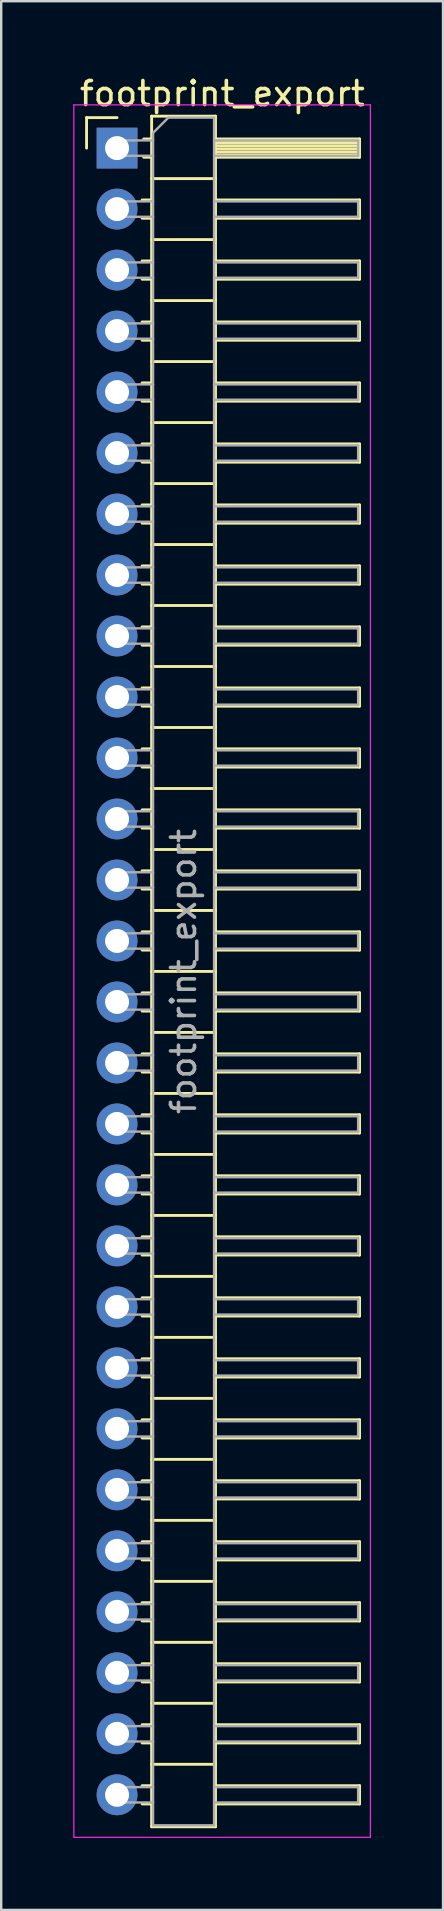
<source format=kicad_pcb>
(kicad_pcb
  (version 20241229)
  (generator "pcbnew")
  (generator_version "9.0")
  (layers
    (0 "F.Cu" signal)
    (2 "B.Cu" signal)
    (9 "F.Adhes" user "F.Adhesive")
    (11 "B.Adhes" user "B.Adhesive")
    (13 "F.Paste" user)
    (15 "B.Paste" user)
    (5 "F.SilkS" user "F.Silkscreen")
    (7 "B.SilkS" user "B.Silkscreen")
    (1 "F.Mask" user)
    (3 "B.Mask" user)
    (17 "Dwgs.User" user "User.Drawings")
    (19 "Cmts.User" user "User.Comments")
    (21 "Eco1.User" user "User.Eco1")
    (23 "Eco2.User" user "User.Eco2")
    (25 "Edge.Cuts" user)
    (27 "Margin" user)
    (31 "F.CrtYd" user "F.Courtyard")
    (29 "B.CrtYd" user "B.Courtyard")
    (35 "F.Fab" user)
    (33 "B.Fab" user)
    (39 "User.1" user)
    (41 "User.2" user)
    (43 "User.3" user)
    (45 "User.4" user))
  (footprint "footprint_export"
    (layer "F.Cu")
    (at 1.825 3.118)
    (property "Reference" "footprint_export" (at 4.385 -2.27 0) (layer "F.SilkS") (effects (font (size 1 1) (thickness 0.15))))
    (attr through_hole)
    (fp_line (start -1.27 -1.27) (end 0 -1.27) (stroke (width 0.12) (type solid)) (layer "F.SilkS"))
    (fp_line (start -1.27 0) (end -1.27 -1.27) (stroke (width 0.12) (type solid)) (layer "F.SilkS"))
    (fp_line (start 1.043 2.16) (end 1.44 2.16) (stroke (width 0.12) (type solid)) (layer "F.SilkS"))
    (fp_line (start 1.043 2.92) (end 1.44 2.92) (stroke (width 0.12) (type solid)) (layer "F.SilkS"))
    (fp_line (start 1.043 4.7) (end 1.44 4.7) (stroke (width 0.12) (type solid)) (layer "F.SilkS"))
    (fp_line (start 1.043 5.46) (end 1.44 5.46) (stroke (width 0.12) (type solid)) (layer "F.SilkS"))
    (fp_line (start 1.043 7.24) (end 1.44 7.24) (stroke (width 0.12) (type solid)) (layer "F.SilkS"))
    (fp_line (start 1.043 8) (end 1.44 8) (stroke (width 0.12) (type solid)) (layer "F.SilkS"))
    (fp_line (start 1.043 9.78) (end 1.44 9.78) (stroke (width 0.12) (type solid)) (layer "F.SilkS"))
    (fp_line (start 1.043 10.54) (end 1.44 10.54) (stroke (width 0.12) (type solid)) (layer "F.SilkS"))
    (fp_line (start 1.043 12.32) (end 1.44 12.32) (stroke (width 0.12) (type solid)) (layer "F.SilkS"))
    (fp_line (start 1.043 13.08) (end 1.44 13.08) (stroke (width 0.12) (type solid)) (layer "F.SilkS"))
    (fp_line (start 1.043 14.86) (end 1.44 14.86) (stroke (width 0.12) (type solid)) (layer "F.SilkS"))
    (fp_line (start 1.043 15.62) (end 1.44 15.62) (stroke (width 0.12) (type solid)) (layer "F.SilkS"))
    (fp_line (start 1.043 17.4) (end 1.44 17.4) (stroke (width 0.12) (type solid)) (layer "F.SilkS"))
    (fp_line (start 1.043 18.16) (end 1.44 18.16) (stroke (width 0.12) (type solid)) (layer "F.SilkS"))
    (fp_line (start 1.043 19.94) (end 1.44 19.94) (stroke (width 0.12) (type solid)) (layer "F.SilkS"))
    (fp_line (start 1.043 20.7) (end 1.44 20.7) (stroke (width 0.12) (type solid)) (layer "F.SilkS"))
    (fp_line (start 1.043 22.48) (end 1.44 22.48) (stroke (width 0.12) (type solid)) (layer "F.SilkS"))
    (fp_line (start 1.043 23.24) (end 1.44 23.24) (stroke (width 0.12) (type solid)) (layer "F.SilkS"))
    (fp_line (start 1.043 25.02) (end 1.44 25.02) (stroke (width 0.12) (type solid)) (layer "F.SilkS"))
    (fp_line (start 1.043 25.78) (end 1.44 25.78) (stroke (width 0.12) (type solid)) (layer "F.SilkS"))
    (fp_line (start 1.043 27.56) (end 1.44 27.56) (stroke (width 0.12) (type solid)) (layer "F.SilkS"))
    (fp_line (start 1.043 28.32) (end 1.44 28.32) (stroke (width 0.12) (type solid)) (layer "F.SilkS"))
    (fp_line (start 1.043 30.1) (end 1.44 30.1) (stroke (width 0.12) (type solid)) (layer "F.SilkS"))
    (fp_line (start 1.043 30.86) (end 1.44 30.86) (stroke (width 0.12) (type solid)) (layer "F.SilkS"))
    (fp_line (start 1.043 32.64) (end 1.44 32.64) (stroke (width 0.12) (type solid)) (layer "F.SilkS"))
    (fp_line (start 1.043 33.4) (end 1.44 33.4) (stroke (width 0.12) (type solid)) (layer "F.SilkS"))
    (fp_line (start 1.043 35.18) (end 1.44 35.18) (stroke (width 0.12) (type solid)) (layer "F.SilkS"))
    (fp_line (start 1.043 35.94) (end 1.44 35.94) (stroke (width 0.12) (type solid)) (layer "F.SilkS"))
    (fp_line (start 1.043 37.72) (end 1.44 37.72) (stroke (width 0.12) (type solid)) (layer "F.SilkS"))
    (fp_line (start 1.043 38.48) (end 1.44 38.48) (stroke (width 0.12) (type solid)) (layer "F.SilkS"))
    (fp_line (start 1.043 40.26) (end 1.44 40.26) (stroke (width 0.12) (type solid)) (layer "F.SilkS"))
    (fp_line (start 1.043 41.02) (end 1.44 41.02) (stroke (width 0.12) (type solid)) (layer "F.SilkS"))
    (fp_line (start 1.043 42.8) (end 1.44 42.8) (stroke (width 0.12) (type solid)) (layer "F.SilkS"))
    (fp_line (start 1.043 43.56) (end 1.44 43.56) (stroke (width 0.12) (type solid)) (layer "F.SilkS"))
    (fp_line (start 1.043 45.34) (end 1.44 45.34) (stroke (width 0.12) (type solid)) (layer "F.SilkS"))
    (fp_line (start 1.043 46.1) (end 1.44 46.1) (stroke (width 0.12) (type solid)) (layer "F.SilkS"))
    (fp_line (start 1.043 47.88) (end 1.44 47.88) (stroke (width 0.12) (type solid)) (layer "F.SilkS"))
    (fp_line (start 1.043 48.64) (end 1.44 48.64) (stroke (width 0.12) (type solid)) (layer "F.SilkS"))
    (fp_line (start 1.043 50.42) (end 1.44 50.42) (stroke (width 0.12) (type solid)) (layer "F.SilkS"))
    (fp_line (start 1.043 51.18) (end 1.44 51.18) (stroke (width 0.12) (type solid)) (layer "F.SilkS"))
    (fp_line (start 1.043 52.96) (end 1.44 52.96) (stroke (width 0.12) (type solid)) (layer "F.SilkS"))
    (fp_line (start 1.043 53.72) (end 1.44 53.72) (stroke (width 0.12) (type solid)) (layer "F.SilkS"))
    (fp_line (start 1.043 55.5) (end 1.44 55.5) (stroke (width 0.12) (type solid)) (layer "F.SilkS"))
    (fp_line (start 1.043 56.26) (end 1.44 56.26) (stroke (width 0.12) (type solid)) (layer "F.SilkS"))
    (fp_line (start 1.043 58.04) (end 1.44 58.04) (stroke (width 0.12) (type solid)) (layer "F.SilkS"))
    (fp_line (start 1.043 58.8) (end 1.44 58.8) (stroke (width 0.12) (type solid)) (layer "F.SilkS"))
    (fp_line (start 1.043 60.58) (end 1.44 60.58) (stroke (width 0.12) (type solid)) (layer "F.SilkS"))
    (fp_line (start 1.043 61.34) (end 1.44 61.34) (stroke (width 0.12) (type solid)) (layer "F.SilkS"))
    (fp_line (start 1.043 63.12) (end 1.44 63.12) (stroke (width 0.12) (type solid)) (layer "F.SilkS"))
    (fp_line (start 1.043 63.88) (end 1.44 63.88) (stroke (width 0.12) (type solid)) (layer "F.SilkS"))
    (fp_line (start 1.043 65.66) (end 1.44 65.66) (stroke (width 0.12) (type solid)) (layer "F.SilkS"))
    (fp_line (start 1.043 66.42) (end 1.44 66.42) (stroke (width 0.12) (type solid)) (layer "F.SilkS"))
    (fp_line (start 1.043 68.2) (end 1.44 68.2) (stroke (width 0.12) (type solid)) (layer "F.SilkS"))
    (fp_line (start 1.043 68.96) (end 1.44 68.96) (stroke (width 0.12) (type solid)) (layer "F.SilkS"))
    (fp_line (start 1.11 -0.38) (end 1.44 -0.38) (stroke (width 0.12) (type solid)) (layer "F.SilkS"))
    (fp_line (start 1.11 0.38) (end 1.44 0.38) (stroke (width 0.12) (type solid)) (layer "F.SilkS"))
    (fp_line (start 1.44 -1.33) (end 1.44 69.91) (stroke (width 0.12) (type solid)) (layer "F.SilkS"))
    (fp_line (start 1.44 1.27) (end 4.1 1.27) (stroke (width 0.12) (type solid)) (layer "F.SilkS"))
    (fp_line (start 1.44 3.81) (end 4.1 3.81) (stroke (width 0.12) (type solid)) (layer "F.SilkS"))
    (fp_line (start 1.44 6.35) (end 4.1 6.35) (stroke (width 0.12) (type solid)) (layer "F.SilkS"))
    (fp_line (start 1.44 8.89) (end 4.1 8.89) (stroke (width 0.12) (type solid)) (layer "F.SilkS"))
    (fp_line (start 1.44 11.43) (end 4.1 11.43) (stroke (width 0.12) (type solid)) (layer "F.SilkS"))
    (fp_line (start 1.44 13.97) (end 4.1 13.97) (stroke (width 0.12) (type solid)) (layer "F.SilkS"))
    (fp_line (start 1.44 16.51) (end 4.1 16.51) (stroke (width 0.12) (type solid)) (layer "F.SilkS"))
    (fp_line (start 1.44 19.05) (end 4.1 19.05) (stroke (width 0.12) (type solid)) (layer "F.SilkS"))
    (fp_line (start 1.44 21.59) (end 4.1 21.59) (stroke (width 0.12) (type solid)) (layer "F.SilkS"))
    (fp_line (start 1.44 24.13) (end 4.1 24.13) (stroke (width 0.12) (type solid)) (layer "F.SilkS"))
    (fp_line (start 1.44 26.67) (end 4.1 26.67) (stroke (width 0.12) (type solid)) (layer "F.SilkS"))
    (fp_line (start 1.44 29.21) (end 4.1 29.21) (stroke (width 0.12) (type solid)) (layer "F.SilkS"))
    (fp_line (start 1.44 31.75) (end 4.1 31.75) (stroke (width 0.12) (type solid)) (layer "F.SilkS"))
    (fp_line (start 1.44 34.29) (end 4.1 34.29) (stroke (width 0.12) (type solid)) (layer "F.SilkS"))
    (fp_line (start 1.44 36.83) (end 4.1 36.83) (stroke (width 0.12) (type solid)) (layer "F.SilkS"))
    (fp_line (start 1.44 39.37) (end 4.1 39.37) (stroke (width 0.12) (type solid)) (layer "F.SilkS"))
    (fp_line (start 1.44 41.91) (end 4.1 41.91) (stroke (width 0.12) (type solid)) (layer "F.SilkS"))
    (fp_line (start 1.44 44.45) (end 4.1 44.45) (stroke (width 0.12) (type solid)) (layer "F.SilkS"))
    (fp_line (start 1.44 46.99) (end 4.1 46.99) (stroke (width 0.12) (type solid)) (layer "F.SilkS"))
    (fp_line (start 1.44 49.53) (end 4.1 49.53) (stroke (width 0.12) (type solid)) (layer "F.SilkS"))
    (fp_line (start 1.44 52.07) (end 4.1 52.07) (stroke (width 0.12) (type solid)) (layer "F.SilkS"))
    (fp_line (start 1.44 54.61) (end 4.1 54.61) (stroke (width 0.12) (type solid)) (layer "F.SilkS"))
    (fp_line (start 1.44 57.15) (end 4.1 57.15) (stroke (width 0.12) (type solid)) (layer "F.SilkS"))
    (fp_line (start 1.44 59.69) (end 4.1 59.69) (stroke (width 0.12) (type solid)) (layer "F.SilkS"))
    (fp_line (start 1.44 62.23) (end 4.1 62.23) (stroke (width 0.12) (type solid)) (layer "F.SilkS"))
    (fp_line (start 1.44 64.77) (end 4.1 64.77) (stroke (width 0.12) (type solid)) (layer "F.SilkS"))
    (fp_line (start 1.44 67.31) (end 4.1 67.31) (stroke (width 0.12) (type solid)) (layer "F.SilkS"))
    (fp_line (start 1.44 69.91) (end 4.1 69.91) (stroke (width 0.12) (type solid)) (layer "F.SilkS"))
    (fp_line (start 4.1 -1.33) (end 1.44 -1.33) (stroke (width 0.12) (type solid)) (layer "F.SilkS"))
    (fp_line (start 4.1 -0.38) (end 10.1 -0.38) (stroke (width 0.12) (type solid)) (layer "F.SilkS"))
    (fp_line (start 4.1 -0.32) (end 10.1 -0.32) (stroke (width 0.12) (type solid)) (layer "F.SilkS"))
    (fp_line (start 4.1 -0.2) (end 10.1 -0.2) (stroke (width 0.12) (type solid)) (layer "F.SilkS"))
    (fp_line (start 4.1 -0.08) (end 10.1 -0.08) (stroke (width 0.12) (type solid)) (layer "F.SilkS"))
    (fp_line (start 4.1 0.04) (end 10.1 0.04) (stroke (width 0.12) (type solid)) (layer "F.SilkS"))
    (fp_line (start 4.1 0.16) (end 10.1 0.16) (stroke (width 0.12) (type solid)) (layer "F.SilkS"))
    (fp_line (start 4.1 0.28) (end 10.1 0.28) (stroke (width 0.12) (type solid)) (layer "F.SilkS"))
    (fp_line (start 4.1 2.16) (end 10.1 2.16) (stroke (width 0.12) (type solid)) (layer "F.SilkS"))
    (fp_line (start 4.1 4.7) (end 10.1 4.7) (stroke (width 0.12) (type solid)) (layer "F.SilkS"))
    (fp_line (start 4.1 7.24) (end 10.1 7.24) (stroke (width 0.12) (type solid)) (layer "F.SilkS"))
    (fp_line (start 4.1 9.78) (end 10.1 9.78) (stroke (width 0.12) (type solid)) (layer "F.SilkS"))
    (fp_line (start 4.1 12.32) (end 10.1 12.32) (stroke (width 0.12) (type solid)) (layer "F.SilkS"))
    (fp_line (start 4.1 14.86) (end 10.1 14.86) (stroke (width 0.12) (type solid)) (layer "F.SilkS"))
    (fp_line (start 4.1 17.4) (end 10.1 17.4) (stroke (width 0.12) (type solid)) (layer "F.SilkS"))
    (fp_line (start 4.1 19.94) (end 10.1 19.94) (stroke (width 0.12) (type solid)) (layer "F.SilkS"))
    (fp_line (start 4.1 22.48) (end 10.1 22.48) (stroke (width 0.12) (type solid)) (layer "F.SilkS"))
    (fp_line (start 4.1 25.02) (end 10.1 25.02) (stroke (width 0.12) (type solid)) (layer "F.SilkS"))
    (fp_line (start 4.1 27.56) (end 10.1 27.56) (stroke (width 0.12) (type solid)) (layer "F.SilkS"))
    (fp_line (start 4.1 30.1) (end 10.1 30.1) (stroke (width 0.12) (type solid)) (layer "F.SilkS"))
    (fp_line (start 4.1 32.64) (end 10.1 32.64) (stroke (width 0.12) (type solid)) (layer "F.SilkS"))
    (fp_line (start 4.1 35.18) (end 10.1 35.18) (stroke (width 0.12) (type solid)) (layer "F.SilkS"))
    (fp_line (start 4.1 37.72) (end 10.1 37.72) (stroke (width 0.12) (type solid)) (layer "F.SilkS"))
    (fp_line (start 4.1 40.26) (end 10.1 40.26) (stroke (width 0.12) (type solid)) (layer "F.SilkS"))
    (fp_line (start 4.1 42.8) (end 10.1 42.8) (stroke (width 0.12) (type solid)) (layer "F.SilkS"))
    (fp_line (start 4.1 45.34) (end 10.1 45.34) (stroke (width 0.12) (type solid)) (layer "F.SilkS"))
    (fp_line (start 4.1 47.88) (end 10.1 47.88) (stroke (width 0.12) (type solid)) (layer "F.SilkS"))
    (fp_line (start 4.1 50.42) (end 10.1 50.42) (stroke (width 0.12) (type solid)) (layer "F.SilkS"))
    (fp_line (start 4.1 52.96) (end 10.1 52.96) (stroke (width 0.12) (type solid)) (layer "F.SilkS"))
    (fp_line (start 4.1 55.5) (end 10.1 55.5) (stroke (width 0.12) (type solid)) (layer "F.SilkS"))
    (fp_line (start 4.1 58.04) (end 10.1 58.04) (stroke (width 0.12) (type solid)) (layer "F.SilkS"))
    (fp_line (start 4.1 60.58) (end 10.1 60.58) (stroke (width 0.12) (type solid)) (layer "F.SilkS"))
    (fp_line (start 4.1 63.12) (end 10.1 63.12) (stroke (width 0.12) (type solid)) (layer "F.SilkS"))
    (fp_line (start 4.1 65.66) (end 10.1 65.66) (stroke (width 0.12) (type solid)) (layer "F.SilkS"))
    (fp_line (start 4.1 68.2) (end 10.1 68.2) (stroke (width 0.12) (type solid)) (layer "F.SilkS"))
    (fp_line (start 4.1 69.91) (end 4.1 -1.33) (stroke (width 0.12) (type solid)) (layer "F.SilkS"))
    (fp_line (start 10.1 -0.38) (end 10.1 0.38) (stroke (width 0.12) (type solid)) (layer "F.SilkS"))
    (fp_line (start 10.1 0.38) (end 4.1 0.38) (stroke (width 0.12) (type solid)) (layer "F.SilkS"))
    (fp_line (start 10.1 2.16) (end 10.1 2.92) (stroke (width 0.12) (type solid)) (layer "F.SilkS"))
    (fp_line (start 10.1 2.92) (end 4.1 2.92) (stroke (width 0.12) (type solid)) (layer "F.SilkS"))
    (fp_line (start 10.1 4.7) (end 10.1 5.46) (stroke (width 0.12) (type solid)) (layer "F.SilkS"))
    (fp_line (start 10.1 5.46) (end 4.1 5.46) (stroke (width 0.12) (type solid)) (layer "F.SilkS"))
    (fp_line (start 10.1 7.24) (end 10.1 8) (stroke (width 0.12) (type solid)) (layer "F.SilkS"))
    (fp_line (start 10.1 8) (end 4.1 8) (stroke (width 0.12) (type solid)) (layer "F.SilkS"))
    (fp_line (start 10.1 9.78) (end 10.1 10.54) (stroke (width 0.12) (type solid)) (layer "F.SilkS"))
    (fp_line (start 10.1 10.54) (end 4.1 10.54) (stroke (width 0.12) (type solid)) (layer "F.SilkS"))
    (fp_line (start 10.1 12.32) (end 10.1 13.08) (stroke (width 0.12) (type solid)) (layer "F.SilkS"))
    (fp_line (start 10.1 13.08) (end 4.1 13.08) (stroke (width 0.12) (type solid)) (layer "F.SilkS"))
    (fp_line (start 10.1 14.86) (end 10.1 15.62) (stroke (width 0.12) (type solid)) (layer "F.SilkS"))
    (fp_line (start 10.1 15.62) (end 4.1 15.62) (stroke (width 0.12) (type solid)) (layer "F.SilkS"))
    (fp_line (start 10.1 17.4) (end 10.1 18.16) (stroke (width 0.12) (type solid)) (layer "F.SilkS"))
    (fp_line (start 10.1 18.16) (end 4.1 18.16) (stroke (width 0.12) (type solid)) (layer "F.SilkS"))
    (fp_line (start 10.1 19.94) (end 10.1 20.7) (stroke (width 0.12) (type solid)) (layer "F.SilkS"))
    (fp_line (start 10.1 20.7) (end 4.1 20.7) (stroke (width 0.12) (type solid)) (layer "F.SilkS"))
    (fp_line (start 10.1 22.48) (end 10.1 23.24) (stroke (width 0.12) (type solid)) (layer "F.SilkS"))
    (fp_line (start 10.1 23.24) (end 4.1 23.24) (stroke (width 0.12) (type solid)) (layer "F.SilkS"))
    (fp_line (start 10.1 25.02) (end 10.1 25.78) (stroke (width 0.12) (type solid)) (layer "F.SilkS"))
    (fp_line (start 10.1 25.78) (end 4.1 25.78) (stroke (width 0.12) (type solid)) (layer "F.SilkS"))
    (fp_line (start 10.1 27.56) (end 10.1 28.32) (stroke (width 0.12) (type solid)) (layer "F.SilkS"))
    (fp_line (start 10.1 28.32) (end 4.1 28.32) (stroke (width 0.12) (type solid)) (layer "F.SilkS"))
    (fp_line (start 10.1 30.1) (end 10.1 30.86) (stroke (width 0.12) (type solid)) (layer "F.SilkS"))
    (fp_line (start 10.1 30.86) (end 4.1 30.86) (stroke (width 0.12) (type solid)) (layer "F.SilkS"))
    (fp_line (start 10.1 32.64) (end 10.1 33.4) (stroke (width 0.12) (type solid)) (layer "F.SilkS"))
    (fp_line (start 10.1 33.4) (end 4.1 33.4) (stroke (width 0.12) (type solid)) (layer "F.SilkS"))
    (fp_line (start 10.1 35.18) (end 10.1 35.94) (stroke (width 0.12) (type solid)) (layer "F.SilkS"))
    (fp_line (start 10.1 35.94) (end 4.1 35.94) (stroke (width 0.12) (type solid)) (layer "F.SilkS"))
    (fp_line (start 10.1 37.72) (end 10.1 38.48) (stroke (width 0.12) (type solid)) (layer "F.SilkS"))
    (fp_line (start 10.1 38.48) (end 4.1 38.48) (stroke (width 0.12) (type solid)) (layer "F.SilkS"))
    (fp_line (start 10.1 40.26) (end 10.1 41.02) (stroke (width 0.12) (type solid)) (layer "F.SilkS"))
    (fp_line (start 10.1 41.02) (end 4.1 41.02) (stroke (width 0.12) (type solid)) (layer "F.SilkS"))
    (fp_line (start 10.1 42.8) (end 10.1 43.56) (stroke (width 0.12) (type solid)) (layer "F.SilkS"))
    (fp_line (start 10.1 43.56) (end 4.1 43.56) (stroke (width 0.12) (type solid)) (layer "F.SilkS"))
    (fp_line (start 10.1 45.34) (end 10.1 46.1) (stroke (width 0.12) (type solid)) (layer "F.SilkS"))
    (fp_line (start 10.1 46.1) (end 4.1 46.1) (stroke (width 0.12) (type solid)) (layer "F.SilkS"))
    (fp_line (start 10.1 47.88) (end 10.1 48.64) (stroke (width 0.12) (type solid)) (layer "F.SilkS"))
    (fp_line (start 10.1 48.64) (end 4.1 48.64) (stroke (width 0.12) (type solid)) (layer "F.SilkS"))
    (fp_line (start 10.1 50.42) (end 10.1 51.18) (stroke (width 0.12) (type solid)) (layer "F.SilkS"))
    (fp_line (start 10.1 51.18) (end 4.1 51.18) (stroke (width 0.12) (type solid)) (layer "F.SilkS"))
    (fp_line (start 10.1 52.96) (end 10.1 53.72) (stroke (width 0.12) (type solid)) (layer "F.SilkS"))
    (fp_line (start 10.1 53.72) (end 4.1 53.72) (stroke (width 0.12) (type solid)) (layer "F.SilkS"))
    (fp_line (start 10.1 55.5) (end 10.1 56.26) (stroke (width 0.12) (type solid)) (layer "F.SilkS"))
    (fp_line (start 10.1 56.26) (end 4.1 56.26) (stroke (width 0.12) (type solid)) (layer "F.SilkS"))
    (fp_line (start 10.1 58.04) (end 10.1 58.8) (stroke (width 0.12) (type solid)) (layer "F.SilkS"))
    (fp_line (start 10.1 58.8) (end 4.1 58.8) (stroke (width 0.12) (type solid)) (layer "F.SilkS"))
    (fp_line (start 10.1 60.58) (end 10.1 61.34) (stroke (width 0.12) (type solid)) (layer "F.SilkS"))
    (fp_line (start 10.1 61.34) (end 4.1 61.34) (stroke (width 0.12) (type solid)) (layer "F.SilkS"))
    (fp_line (start 10.1 63.12) (end 10.1 63.88) (stroke (width 0.12) (type solid)) (layer "F.SilkS"))
    (fp_line (start 10.1 63.88) (end 4.1 63.88) (stroke (width 0.12) (type solid)) (layer "F.SilkS"))
    (fp_line (start 10.1 65.66) (end 10.1 66.42) (stroke (width 0.12) (type solid)) (layer "F.SilkS"))
    (fp_line (start 10.1 66.42) (end 4.1 66.42) (stroke (width 0.12) (type solid)) (layer "F.SilkS"))
    (fp_line (start 10.1 68.2) (end 10.1 68.96) (stroke (width 0.12) (type solid)) (layer "F.SilkS"))
    (fp_line (start 10.1 68.96) (end 4.1 68.96) (stroke (width 0.12) (type solid)) (layer "F.SilkS"))
    (fp_line (start -1.8 -1.8) (end -1.8 70.35) (stroke (width 0.05) (type solid)) (layer "F.CrtYd"))
    (fp_line (start -1.8 70.35) (end 10.55 70.35) (stroke (width 0.05) (type solid)) (layer "F.CrtYd"))
    (fp_line (start 10.55 -1.8) (end -1.8 -1.8) (stroke (width 0.05) (type solid)) (layer "F.CrtYd"))
    (fp_line (start 10.55 70.35) (end 10.55 -1.8) (stroke (width 0.05) (type solid)) (layer "F.CrtYd"))
    (fp_line (start -0.32 -0.32) (end -0.32 0.32) (stroke (width 0.1) (type solid)) (layer "F.Fab"))
    (fp_line (start -0.32 -0.32) (end 1.5 -0.32) (stroke (width 0.1) (type solid)) (layer "F.Fab"))
    (fp_line (start -0.32 0.32) (end 1.5 0.32) (stroke (width 0.1) (type solid)) (layer "F.Fab"))
    (fp_line (start -0.32 2.22) (end -0.32 2.86) (stroke (width 0.1) (type solid)) (layer "F.Fab"))
    (fp_line (start -0.32 2.22) (end 1.5 2.22) (stroke (width 0.1) (type solid)) (layer "F.Fab"))
    (fp_line (start -0.32 2.86) (end 1.5 2.86) (stroke (width 0.1) (type solid)) (layer "F.Fab"))
    (fp_line (start -0.32 4.76) (end -0.32 5.4) (stroke (width 0.1) (type solid)) (layer "F.Fab"))
    (fp_line (start -0.32 4.76) (end 1.5 4.76) (stroke (width 0.1) (type solid)) (layer "F.Fab"))
    (fp_line (start -0.32 5.4) (end 1.5 5.4) (stroke (width 0.1) (type solid)) (layer "F.Fab"))
    (fp_line (start -0.32 7.3) (end -0.32 7.94) (stroke (width 0.1) (type solid)) (layer "F.Fab"))
    (fp_line (start -0.32 7.3) (end 1.5 7.3) (stroke (width 0.1) (type solid)) (layer "F.Fab"))
    (fp_line (start -0.32 7.94) (end 1.5 7.94) (stroke (width 0.1) (type solid)) (layer "F.Fab"))
    (fp_line (start -0.32 9.84) (end -0.32 10.48) (stroke (width 0.1) (type solid)) (layer "F.Fab"))
    (fp_line (start -0.32 9.84) (end 1.5 9.84) (stroke (width 0.1) (type solid)) (layer "F.Fab"))
    (fp_line (start -0.32 10.48) (end 1.5 10.48) (stroke (width 0.1) (type solid)) (layer "F.Fab"))
    (fp_line (start -0.32 12.38) (end -0.32 13.02) (stroke (width 0.1) (type solid)) (layer "F.Fab"))
    (fp_line (start -0.32 12.38) (end 1.5 12.38) (stroke (width 0.1) (type solid)) (layer "F.Fab"))
    (fp_line (start -0.32 13.02) (end 1.5 13.02) (stroke (width 0.1) (type solid)) (layer "F.Fab"))
    (fp_line (start -0.32 14.92) (end -0.32 15.56) (stroke (width 0.1) (type solid)) (layer "F.Fab"))
    (fp_line (start -0.32 14.92) (end 1.5 14.92) (stroke (width 0.1) (type solid)) (layer "F.Fab"))
    (fp_line (start -0.32 15.56) (end 1.5 15.56) (stroke (width 0.1) (type solid)) (layer "F.Fab"))
    (fp_line (start -0.32 17.46) (end -0.32 18.1) (stroke (width 0.1) (type solid)) (layer "F.Fab"))
    (fp_line (start -0.32 17.46) (end 1.5 17.46) (stroke (width 0.1) (type solid)) (layer "F.Fab"))
    (fp_line (start -0.32 18.1) (end 1.5 18.1) (stroke (width 0.1) (type solid)) (layer "F.Fab"))
    (fp_line (start -0.32 20) (end -0.32 20.64) (stroke (width 0.1) (type solid)) (layer "F.Fab"))
    (fp_line (start -0.32 20) (end 1.5 20) (stroke (width 0.1) (type solid)) (layer "F.Fab"))
    (fp_line (start -0.32 20.64) (end 1.5 20.64) (stroke (width 0.1) (type solid)) (layer "F.Fab"))
    (fp_line (start -0.32 22.54) (end -0.32 23.18) (stroke (width 0.1) (type solid)) (layer "F.Fab"))
    (fp_line (start -0.32 22.54) (end 1.5 22.54) (stroke (width 0.1) (type solid)) (layer "F.Fab"))
    (fp_line (start -0.32 23.18) (end 1.5 23.18) (stroke (width 0.1) (type solid)) (layer "F.Fab"))
    (fp_line (start -0.32 25.08) (end -0.32 25.72) (stroke (width 0.1) (type solid)) (layer "F.Fab"))
    (fp_line (start -0.32 25.08) (end 1.5 25.08) (stroke (width 0.1) (type solid)) (layer "F.Fab"))
    (fp_line (start -0.32 25.72) (end 1.5 25.72) (stroke (width 0.1) (type solid)) (layer "F.Fab"))
    (fp_line (start -0.32 27.62) (end -0.32 28.26) (stroke (width 0.1) (type solid)) (layer "F.Fab"))
    (fp_line (start -0.32 27.62) (end 1.5 27.62) (stroke (width 0.1) (type solid)) (layer "F.Fab"))
    (fp_line (start -0.32 28.26) (end 1.5 28.26) (stroke (width 0.1) (type solid)) (layer "F.Fab"))
    (fp_line (start -0.32 30.16) (end -0.32 30.8) (stroke (width 0.1) (type solid)) (layer "F.Fab"))
    (fp_line (start -0.32 30.16) (end 1.5 30.16) (stroke (width 0.1) (type solid)) (layer "F.Fab"))
    (fp_line (start -0.32 30.8) (end 1.5 30.8) (stroke (width 0.1) (type solid)) (layer "F.Fab"))
    (fp_line (start -0.32 32.7) (end -0.32 33.34) (stroke (width 0.1) (type solid)) (layer "F.Fab"))
    (fp_line (start -0.32 32.7) (end 1.5 32.7) (stroke (width 0.1) (type solid)) (layer "F.Fab"))
    (fp_line (start -0.32 33.34) (end 1.5 33.34) (stroke (width 0.1) (type solid)) (layer "F.Fab"))
    (fp_line (start -0.32 35.24) (end -0.32 35.88) (stroke (width 0.1) (type solid)) (layer "F.Fab"))
    (fp_line (start -0.32 35.24) (end 1.5 35.24) (stroke (width 0.1) (type solid)) (layer "F.Fab"))
    (fp_line (start -0.32 35.88) (end 1.5 35.88) (stroke (width 0.1) (type solid)) (layer "F.Fab"))
    (fp_line (start -0.32 37.78) (end -0.32 38.42) (stroke (width 0.1) (type solid)) (layer "F.Fab"))
    (fp_line (start -0.32 37.78) (end 1.5 37.78) (stroke (width 0.1) (type solid)) (layer "F.Fab"))
    (fp_line (start -0.32 38.42) (end 1.5 38.42) (stroke (width 0.1) (type solid)) (layer "F.Fab"))
    (fp_line (start -0.32 40.32) (end -0.32 40.96) (stroke (width 0.1) (type solid)) (layer "F.Fab"))
    (fp_line (start -0.32 40.32) (end 1.5 40.32) (stroke (width 0.1) (type solid)) (layer "F.Fab"))
    (fp_line (start -0.32 40.96) (end 1.5 40.96) (stroke (width 0.1) (type solid)) (layer "F.Fab"))
    (fp_line (start -0.32 42.86) (end -0.32 43.5) (stroke (width 0.1) (type solid)) (layer "F.Fab"))
    (fp_line (start -0.32 42.86) (end 1.5 42.86) (stroke (width 0.1) (type solid)) (layer "F.Fab"))
    (fp_line (start -0.32 43.5) (end 1.5 43.5) (stroke (width 0.1) (type solid)) (layer "F.Fab"))
    (fp_line (start -0.32 45.4) (end -0.32 46.04) (stroke (width 0.1) (type solid)) (layer "F.Fab"))
    (fp_line (start -0.32 45.4) (end 1.5 45.4) (stroke (width 0.1) (type solid)) (layer "F.Fab"))
    (fp_line (start -0.32 46.04) (end 1.5 46.04) (stroke (width 0.1) (type solid)) (layer "F.Fab"))
    (fp_line (start -0.32 47.94) (end -0.32 48.58) (stroke (width 0.1) (type solid)) (layer "F.Fab"))
    (fp_line (start -0.32 47.94) (end 1.5 47.94) (stroke (width 0.1) (type solid)) (layer "F.Fab"))
    (fp_line (start -0.32 48.58) (end 1.5 48.58) (stroke (width 0.1) (type solid)) (layer "F.Fab"))
    (fp_line (start -0.32 50.48) (end -0.32 51.12) (stroke (width 0.1) (type solid)) (layer "F.Fab"))
    (fp_line (start -0.32 50.48) (end 1.5 50.48) (stroke (width 0.1) (type solid)) (layer "F.Fab"))
    (fp_line (start -0.32 51.12) (end 1.5 51.12) (stroke (width 0.1) (type solid)) (layer "F.Fab"))
    (fp_line (start -0.32 53.02) (end -0.32 53.66) (stroke (width 0.1) (type solid)) (layer "F.Fab"))
    (fp_line (start -0.32 53.02) (end 1.5 53.02) (stroke (width 0.1) (type solid)) (layer "F.Fab"))
    (fp_line (start -0.32 53.66) (end 1.5 53.66) (stroke (width 0.1) (type solid)) (layer "F.Fab"))
    (fp_line (start -0.32 55.56) (end -0.32 56.2) (stroke (width 0.1) (type solid)) (layer "F.Fab"))
    (fp_line (start -0.32 55.56) (end 1.5 55.56) (stroke (width 0.1) (type solid)) (layer "F.Fab"))
    (fp_line (start -0.32 56.2) (end 1.5 56.2) (stroke (width 0.1) (type solid)) (layer "F.Fab"))
    (fp_line (start -0.32 58.1) (end -0.32 58.74) (stroke (width 0.1) (type solid)) (layer "F.Fab"))
    (fp_line (start -0.32 58.1) (end 1.5 58.1) (stroke (width 0.1) (type solid)) (layer "F.Fab"))
    (fp_line (start -0.32 58.74) (end 1.5 58.74) (stroke (width 0.1) (type solid)) (layer "F.Fab"))
    (fp_line (start -0.32 60.64) (end -0.32 61.28) (stroke (width 0.1) (type solid)) (layer "F.Fab"))
    (fp_line (start -0.32 60.64) (end 1.5 60.64) (stroke (width 0.1) (type solid)) (layer "F.Fab"))
    (fp_line (start -0.32 61.28) (end 1.5 61.28) (stroke (width 0.1) (type solid)) (layer "F.Fab"))
    (fp_line (start -0.32 63.18) (end -0.32 63.82) (stroke (width 0.1) (type solid)) (layer "F.Fab"))
    (fp_line (start -0.32 63.18) (end 1.5 63.18) (stroke (width 0.1) (type solid)) (layer "F.Fab"))
    (fp_line (start -0.32 63.82) (end 1.5 63.82) (stroke (width 0.1) (type solid)) (layer "F.Fab"))
    (fp_line (start -0.32 65.72) (end -0.32 66.36) (stroke (width 0.1) (type solid)) (layer "F.Fab"))
    (fp_line (start -0.32 65.72) (end 1.5 65.72) (stroke (width 0.1) (type solid)) (layer "F.Fab"))
    (fp_line (start -0.32 66.36) (end 1.5 66.36) (stroke (width 0.1) (type solid)) (layer "F.Fab"))
    (fp_line (start -0.32 68.26) (end -0.32 68.9) (stroke (width 0.1) (type solid)) (layer "F.Fab"))
    (fp_line (start -0.32 68.26) (end 1.5 68.26) (stroke (width 0.1) (type solid)) (layer "F.Fab"))
    (fp_line (start -0.32 68.9) (end 1.5 68.9) (stroke (width 0.1) (type solid)) (layer "F.Fab"))
    (fp_line (start 1.5 -0.635) (end 2.135 -1.27) (stroke (width 0.1) (type solid)) (layer "F.Fab"))
    (fp_line (start 1.5 69.85) (end 1.5 -0.635) (stroke (width 0.1) (type solid)) (layer "F.Fab"))
    (fp_line (start 2.135 -1.27) (end 4.04 -1.27) (stroke (width 0.1) (type solid)) (layer "F.Fab"))
    (fp_line (start 4.04 -1.27) (end 4.04 69.85) (stroke (width 0.1) (type solid)) (layer "F.Fab"))
    (fp_line (start 4.04 -0.32) (end 10.04 -0.32) (stroke (width 0.1) (type solid)) (layer "F.Fab"))
    (fp_line (start 4.04 0.32) (end 10.04 0.32) (stroke (width 0.1) (type solid)) (layer "F.Fab"))
    (fp_line (start 4.04 2.22) (end 10.04 2.22) (stroke (width 0.1) (type solid)) (layer "F.Fab"))
    (fp_line (start 4.04 2.86) (end 10.04 2.86) (stroke (width 0.1) (type solid)) (layer "F.Fab"))
    (fp_line (start 4.04 4.76) (end 10.04 4.76) (stroke (width 0.1) (type solid)) (layer "F.Fab"))
    (fp_line (start 4.04 5.4) (end 10.04 5.4) (stroke (width 0.1) (type solid)) (layer "F.Fab"))
    (fp_line (start 4.04 7.3) (end 10.04 7.3) (stroke (width 0.1) (type solid)) (layer "F.Fab"))
    (fp_line (start 4.04 7.94) (end 10.04 7.94) (stroke (width 0.1) (type solid)) (layer "F.Fab"))
    (fp_line (start 4.04 9.84) (end 10.04 9.84) (stroke (width 0.1) (type solid)) (layer "F.Fab"))
    (fp_line (start 4.04 10.48) (end 10.04 10.48) (stroke (width 0.1) (type solid)) (layer "F.Fab"))
    (fp_line (start 4.04 12.38) (end 10.04 12.38) (stroke (width 0.1) (type solid)) (layer "F.Fab"))
    (fp_line (start 4.04 13.02) (end 10.04 13.02) (stroke (width 0.1) (type solid)) (layer "F.Fab"))
    (fp_line (start 4.04 14.92) (end 10.04 14.92) (stroke (width 0.1) (type solid)) (layer "F.Fab"))
    (fp_line (start 4.04 15.56) (end 10.04 15.56) (stroke (width 0.1) (type solid)) (layer "F.Fab"))
    (fp_line (start 4.04 17.46) (end 10.04 17.46) (stroke (width 0.1) (type solid)) (layer "F.Fab"))
    (fp_line (start 4.04 18.1) (end 10.04 18.1) (stroke (width 0.1) (type solid)) (layer "F.Fab"))
    (fp_line (start 4.04 20) (end 10.04 20) (stroke (width 0.1) (type solid)) (layer "F.Fab"))
    (fp_line (start 4.04 20.64) (end 10.04 20.64) (stroke (width 0.1) (type solid)) (layer "F.Fab"))
    (fp_line (start 4.04 22.54) (end 10.04 22.54) (stroke (width 0.1) (type solid)) (layer "F.Fab"))
    (fp_line (start 4.04 23.18) (end 10.04 23.18) (stroke (width 0.1) (type solid)) (layer "F.Fab"))
    (fp_line (start 4.04 25.08) (end 10.04 25.08) (stroke (width 0.1) (type solid)) (layer "F.Fab"))
    (fp_line (start 4.04 25.72) (end 10.04 25.72) (stroke (width 0.1) (type solid)) (layer "F.Fab"))
    (fp_line (start 4.04 27.62) (end 10.04 27.62) (stroke (width 0.1) (type solid)) (layer "F.Fab"))
    (fp_line (start 4.04 28.26) (end 10.04 28.26) (stroke (width 0.1) (type solid)) (layer "F.Fab"))
    (fp_line (start 4.04 30.16) (end 10.04 30.16) (stroke (width 0.1) (type solid)) (layer "F.Fab"))
    (fp_line (start 4.04 30.8) (end 10.04 30.8) (stroke (width 0.1) (type solid)) (layer "F.Fab"))
    (fp_line (start 4.04 32.7) (end 10.04 32.7) (stroke (width 0.1) (type solid)) (layer "F.Fab"))
    (fp_line (start 4.04 33.34) (end 10.04 33.34) (stroke (width 0.1) (type solid)) (layer "F.Fab"))
    (fp_line (start 4.04 35.24) (end 10.04 35.24) (stroke (width 0.1) (type solid)) (layer "F.Fab"))
    (fp_line (start 4.04 35.88) (end 10.04 35.88) (stroke (width 0.1) (type solid)) (layer "F.Fab"))
    (fp_line (start 4.04 37.78) (end 10.04 37.78) (stroke (width 0.1) (type solid)) (layer "F.Fab"))
    (fp_line (start 4.04 38.42) (end 10.04 38.42) (stroke (width 0.1) (type solid)) (layer "F.Fab"))
    (fp_line (start 4.04 40.32) (end 10.04 40.32) (stroke (width 0.1) (type solid)) (layer "F.Fab"))
    (fp_line (start 4.04 40.96) (end 10.04 40.96) (stroke (width 0.1) (type solid)) (layer "F.Fab"))
    (fp_line (start 4.04 42.86) (end 10.04 42.86) (stroke (width 0.1) (type solid)) (layer "F.Fab"))
    (fp_line (start 4.04 43.5) (end 10.04 43.5) (stroke (width 0.1) (type solid)) (layer "F.Fab"))
    (fp_line (start 4.04 45.4) (end 10.04 45.4) (stroke (width 0.1) (type solid)) (layer "F.Fab"))
    (fp_line (start 4.04 46.04) (end 10.04 46.04) (stroke (width 0.1) (type solid)) (layer "F.Fab"))
    (fp_line (start 4.04 47.94) (end 10.04 47.94) (stroke (width 0.1) (type solid)) (layer "F.Fab"))
    (fp_line (start 4.04 48.58) (end 10.04 48.58) (stroke (width 0.1) (type solid)) (layer "F.Fab"))
    (fp_line (start 4.04 50.48) (end 10.04 50.48) (stroke (width 0.1) (type solid)) (layer "F.Fab"))
    (fp_line (start 4.04 51.12) (end 10.04 51.12) (stroke (width 0.1) (type solid)) (layer "F.Fab"))
    (fp_line (start 4.04 53.02) (end 10.04 53.02) (stroke (width 0.1) (type solid)) (layer "F.Fab"))
    (fp_line (start 4.04 53.66) (end 10.04 53.66) (stroke (width 0.1) (type solid)) (layer "F.Fab"))
    (fp_line (start 4.04 55.56) (end 10.04 55.56) (stroke (width 0.1) (type solid)) (layer "F.Fab"))
    (fp_line (start 4.04 56.2) (end 10.04 56.2) (stroke (width 0.1) (type solid)) (layer "F.Fab"))
    (fp_line (start 4.04 58.1) (end 10.04 58.1) (stroke (width 0.1) (type solid)) (layer "F.Fab"))
    (fp_line (start 4.04 58.74) (end 10.04 58.74) (stroke (width 0.1) (type solid)) (layer "F.Fab"))
    (fp_line (start 4.04 60.64) (end 10.04 60.64) (stroke (width 0.1) (type solid)) (layer "F.Fab"))
    (fp_line (start 4.04 61.28) (end 10.04 61.28) (stroke (width 0.1) (type solid)) (layer "F.Fab"))
    (fp_line (start 4.04 63.18) (end 10.04 63.18) (stroke (width 0.1) (type solid)) (layer "F.Fab"))
    (fp_line (start 4.04 63.82) (end 10.04 63.82) (stroke (width 0.1) (type solid)) (layer "F.Fab"))
    (fp_line (start 4.04 65.72) (end 10.04 65.72) (stroke (width 0.1) (type solid)) (layer "F.Fab"))
    (fp_line (start 4.04 66.36) (end 10.04 66.36) (stroke (width 0.1) (type solid)) (layer "F.Fab"))
    (fp_line (start 4.04 68.26) (end 10.04 68.26) (stroke (width 0.1) (type solid)) (layer "F.Fab"))
    (fp_line (start 4.04 68.9) (end 10.04 68.9) (stroke (width 0.1) (type solid)) (layer "F.Fab"))
    (fp_line (start 4.04 69.85) (end 1.5 69.85) (stroke (width 0.1) (type solid)) (layer "F.Fab"))
    (fp_line (start 10.04 -0.32) (end 10.04 0.32) (stroke (width 0.1) (type solid)) (layer "F.Fab"))
    (fp_line (start 10.04 2.22) (end 10.04 2.86) (stroke (width 0.1) (type solid)) (layer "F.Fab"))
    (fp_line (start 10.04 4.76) (end 10.04 5.4) (stroke (width 0.1) (type solid)) (layer "F.Fab"))
    (fp_line (start 10.04 7.3) (end 10.04 7.94) (stroke (width 0.1) (type solid)) (layer "F.Fab"))
    (fp_line (start 10.04 9.84) (end 10.04 10.48) (stroke (width 0.1) (type solid)) (layer "F.Fab"))
    (fp_line (start 10.04 12.38) (end 10.04 13.02) (stroke (width 0.1) (type solid)) (layer "F.Fab"))
    (fp_line (start 10.04 14.92) (end 10.04 15.56) (stroke (width 0.1) (type solid)) (layer "F.Fab"))
    (fp_line (start 10.04 17.46) (end 10.04 18.1) (stroke (width 0.1) (type solid)) (layer "F.Fab"))
    (fp_line (start 10.04 20) (end 10.04 20.64) (stroke (width 0.1) (type solid)) (layer "F.Fab"))
    (fp_line (start 10.04 22.54) (end 10.04 23.18) (stroke (width 0.1) (type solid)) (layer "F.Fab"))
    (fp_line (start 10.04 25.08) (end 10.04 25.72) (stroke (width 0.1) (type solid)) (layer "F.Fab"))
    (fp_line (start 10.04 27.62) (end 10.04 28.26) (stroke (width 0.1) (type solid)) (layer "F.Fab"))
    (fp_line (start 10.04 30.16) (end 10.04 30.8) (stroke (width 0.1) (type solid)) (layer "F.Fab"))
    (fp_line (start 10.04 32.7) (end 10.04 33.34) (stroke (width 0.1) (type solid)) (layer "F.Fab"))
    (fp_line (start 10.04 35.24) (end 10.04 35.88) (stroke (width 0.1) (type solid)) (layer "F.Fab"))
    (fp_line (start 10.04 37.78) (end 10.04 38.42) (stroke (width 0.1) (type solid)) (layer "F.Fab"))
    (fp_line (start 10.04 40.32) (end 10.04 40.96) (stroke (width 0.1) (type solid)) (layer "F.Fab"))
    (fp_line (start 10.04 42.86) (end 10.04 43.5) (stroke (width 0.1) (type solid)) (layer "F.Fab"))
    (fp_line (start 10.04 45.4) (end 10.04 46.04) (stroke (width 0.1) (type solid)) (layer "F.Fab"))
    (fp_line (start 10.04 47.94) (end 10.04 48.58) (stroke (width 0.1) (type solid)) (layer "F.Fab"))
    (fp_line (start 10.04 50.48) (end 10.04 51.12) (stroke (width 0.1) (type solid)) (layer "F.Fab"))
    (fp_line (start 10.04 53.02) (end 10.04 53.66) (stroke (width 0.1) (type solid)) (layer "F.Fab"))
    (fp_line (start 10.04 55.56) (end 10.04 56.2) (stroke (width 0.1) (type solid)) (layer "F.Fab"))
    (fp_line (start 10.04 58.1) (end 10.04 58.74) (stroke (width 0.1) (type solid)) (layer "F.Fab"))
    (fp_line (start 10.04 60.64) (end 10.04 61.28) (stroke (width 0.1) (type solid)) (layer "F.Fab"))
    (fp_line (start 10.04 63.18) (end 10.04 63.82) (stroke (width 0.1) (type solid)) (layer "F.Fab"))
    (fp_line (start 10.04 65.72) (end 10.04 66.36) (stroke (width 0.1) (type solid)) (layer "F.Fab"))
    (fp_line (start 10.04 68.26) (end 10.04 68.9) (stroke (width 0.1) (type solid)) (layer "F.Fab"))
    (fp_text user "${REFERENCE}" (at 2.77 34.29 90) (layer "F.Fab") (effects (font (size 1 1) (thickness 0.15))))
    (pad "1" thru_hole rect (at 0 0) (size 1.7 1.7) (drill 1) (layers "*.Cu" "*.Mask"))
    (pad "2" thru_hole oval (at 0 2.54) (size 1.7 1.7) (drill 1) (layers "*.Cu" "*.Mask"))
    (pad "3" thru_hole oval (at 0 5.08) (size 1.7 1.7) (drill 1) (layers "*.Cu" "*.Mask"))
    (pad "4" thru_hole oval (at 0 7.62) (size 1.7 1.7) (drill 1) (layers "*.Cu" "*.Mask"))
    (pad "5" thru_hole oval (at 0 10.16) (size 1.7 1.7) (drill 1) (layers "*.Cu" "*.Mask"))
    (pad "6" thru_hole oval (at 0 12.7) (size 1.7 1.7) (drill 1) (layers "*.Cu" "*.Mask"))
    (pad "7" thru_hole oval (at 0 15.24) (size 1.7 1.7) (drill 1) (layers "*.Cu" "*.Mask"))
    (pad "8" thru_hole oval (at 0 17.78) (size 1.7 1.7) (drill 1) (layers "*.Cu" "*.Mask"))
    (pad "9" thru_hole oval (at 0 20.32) (size 1.7 1.7) (drill 1) (layers "*.Cu" "*.Mask"))
    (pad "10" thru_hole oval (at 0 22.86) (size 1.7 1.7) (drill 1) (layers "*.Cu" "*.Mask"))
    (pad "11" thru_hole oval (at 0 25.4) (size 1.7 1.7) (drill 1) (layers "*.Cu" "*.Mask"))
    (pad "12" thru_hole oval (at 0 27.94) (size 1.7 1.7) (drill 1) (layers "*.Cu" "*.Mask"))
    (pad "13" thru_hole oval (at 0 30.48) (size 1.7 1.7) (drill 1) (layers "*.Cu" "*.Mask"))
    (pad "14" thru_hole oval (at 0 33.02) (size 1.7 1.7) (drill 1) (layers "*.Cu" "*.Mask"))
    (pad "15" thru_hole oval (at 0 35.56) (size 1.7 1.7) (drill 1) (layers "*.Cu" "*.Mask"))
    (pad "16" thru_hole oval (at 0 38.1) (size 1.7 1.7) (drill 1) (layers "*.Cu" "*.Mask"))
    (pad "17" thru_hole oval (at 0 40.64) (size 1.7 1.7) (drill 1) (layers "*.Cu" "*.Mask"))
    (pad "18" thru_hole oval (at 0 43.18) (size 1.7 1.7) (drill 1) (layers "*.Cu" "*.Mask"))
    (pad "19" thru_hole oval (at 0 45.72) (size 1.7 1.7) (drill 1) (layers "*.Cu" "*.Mask"))
    (pad "20" thru_hole oval (at 0 48.26) (size 1.7 1.7) (drill 1) (layers "*.Cu" "*.Mask"))
    (pad "21" thru_hole oval (at 0 50.8) (size 1.7 1.7) (drill 1) (layers "*.Cu" "*.Mask"))
    (pad "22" thru_hole oval (at 0 53.34) (size 1.7 1.7) (drill 1) (layers "*.Cu" "*.Mask"))
    (pad "23" thru_hole oval (at 0 55.88) (size 1.7 1.7) (drill 1) (layers "*.Cu" "*.Mask"))
    (pad "24" thru_hole oval (at 0 58.42) (size 1.7 1.7) (drill 1) (layers "*.Cu" "*.Mask"))
    (pad "25" thru_hole oval (at 0 60.96) (size 1.7 1.7) (drill 1) (layers "*.Cu" "*.Mask"))
    (pad "26" thru_hole oval (at 0 63.5) (size 1.7 1.7) (drill 1) (layers "*.Cu" "*.Mask"))
    (pad "27" thru_hole oval (at 0 66.04) (size 1.7 1.7) (drill 1) (layers "*.Cu" "*.Mask"))
    (pad "28" thru_hole oval (at 0 68.58) (size 1.7 1.7) (drill 1) (layers "*.Cu" "*.Mask")))
  (gr_rect
    (start -3 -3)
    (end 15.4 76.493)
    (stroke (width 0.1) (type default))
    (fill no)
    (layer "Edge.Cuts")))
</source>
